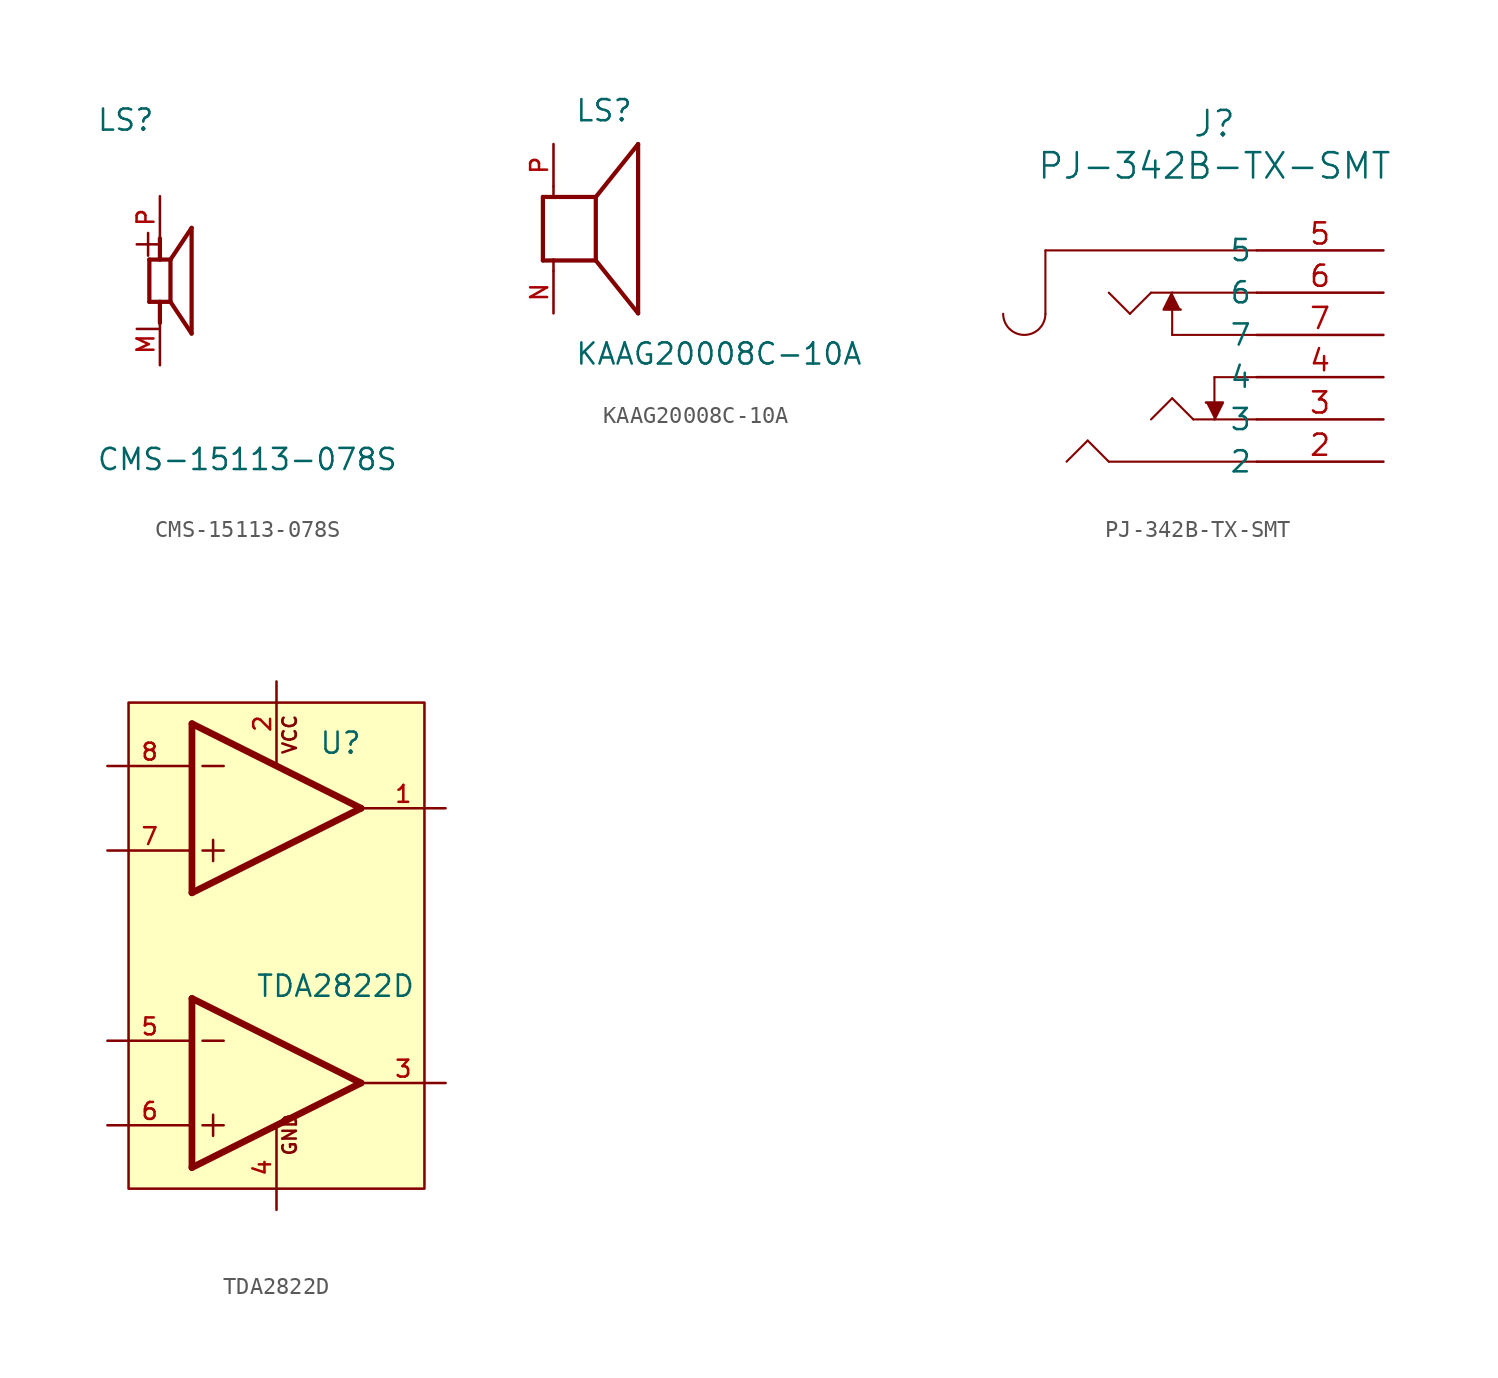
<source format=kicad_sym>
(kicad_symbol_lib
  (version 20220914)
  (generator kicad_symbol_editor)
  (symbol "CMS-15113-078S"
    (pin_names
      (offset 1.016))
    (property "Reference" "LS"
      (at -3.822 8.919 0)
      (effects (font (size 1.27 1.27)) (justify left bottom)))
    (property "Value" "CMS-15113-078S"
      (at -3.827 -11.481 0)
      (effects (font (size 1.27 1.27)) (justify left bottom)))
    (symbol "CMS-15113-078S_0_0"
      (polyline (pts (xy -0.635 -1.27) (xy -0.635 1.27)) (stroke (width 0.254) (type default)) (fill (type none)))
      (polyline (pts (xy -0.635 1.27) (xy 0 1.27)) (stroke (width 0.254) (type default)) (fill (type none)))
      (polyline (pts (xy 0 -1.27) (xy -0.635 -1.27)) (stroke (width 0.254) (type default)) (fill (type none)))
      (polyline (pts (xy 0 -1.27) (xy 0 -2.54)) (stroke (width 0.254) (type default)) (fill (type none)))
      (polyline (pts (xy 0 1.27) (xy 0 2.54)) (stroke (width 0.254) (type default)) (fill (type none)))
      (polyline (pts (xy 0 1.27) (xy 0.635 1.27)) (stroke (width 0.254) (type default)) (fill (type none)))
      (polyline (pts (xy 0.635 -1.27) (xy 0 -1.27)) (stroke (width 0.254) (type default)) (fill (type none)))
      (polyline (pts (xy 0.635 1.27) (xy 0.635 -1.27)) (stroke (width 0.254) (type default)) (fill (type none)))
      (polyline (pts (xy 0.635 1.27) (xy 1.905 3.175)) (stroke (width 0.254) (type default)) (fill (type none)))
      (polyline (pts (xy 1.905 -3.175) (xy 0.635 -1.27)) (stroke (width 0.254) (type default)) (fill (type none)))
      (polyline (pts (xy 1.905 3.175) (xy 1.905 -3.175)) (stroke (width 0.254) (type default)) (fill (type none)))
      (text "+" (at -1.918 1.278 0) (effects (font (size 1.79 1.79)) (justify left bottom)))
      (text "-" (at -1.914 -3.804 0) (effects (font (size 1.787 1.787)) (justify left bottom)))
      (pin passive line (at 0 -5.08 90) (length 2.54) (name "~" (effects (font (size 1.016 1.016)))) (number "M" (effects (font (size 1.016 1.016)))))
      (pin passive line (at 0 5.08 270) (length 2.54) (name "~" (effects (font (size 1.016 1.016)))) (number "P" (effects (font (size 1.016 1.016)))))))
  (symbol "KAAG20008C-10A"
    (pin_names
      (offset 1.016))
    (property "Reference" "LS"
      (at -1.27 6.35 0)
      (effects (font (size 1.27 1.27)) (justify left bottom)))
    (property "Value" "KAAG20008C-10A"
      (at -1.27 -8.255 0)
      (effects (font (size 1.27 1.27)) (justify left bottom)))
    (symbol "KAAG20008C-10A_0_0"
      (polyline (pts (xy -3.175 -1.905) (xy -2.54 -1.905)) (stroke (width 0.254) (type default)) (fill (type none)))
      (polyline (pts (xy -3.175 1.905) (xy -3.175 -1.905)) (stroke (width 0.254) (type default)) (fill (type none)))
      (polyline (pts (xy -3.175 1.905) (xy -2.54 1.905)) (stroke (width 0.254) (type default)) (fill (type none)))
      (polyline (pts (xy -2.54 -2.54) (xy -2.54 -1.905)) (stroke (width 0.152) (type default)) (fill (type none)))
      (polyline (pts (xy -2.54 -1.905) (xy 0 -1.905)) (stroke (width 0.254) (type default)) (fill (type none)))
      (polyline (pts (xy -2.54 1.905) (xy 0 1.905)) (stroke (width 0.254) (type default)) (fill (type none)))
      (polyline (pts (xy -2.54 2.54) (xy -2.54 1.905)) (stroke (width 0.152) (type default)) (fill (type none)))
      (polyline (pts (xy 0 -1.905) (xy 0 1.905)) (stroke (width 0.254) (type default)) (fill (type none)))
      (polyline (pts (xy 0 -1.905) (xy 2.54 -5.08)) (stroke (width 0.254) (type default)) (fill (type none)))
      (polyline (pts (xy 0 1.905) (xy 2.54 5.08)) (stroke (width 0.254) (type default)) (fill (type none)))
      (polyline (pts (xy 2.54 -5.08) (xy 2.54 5.08)) (stroke (width 0.254) (type default)) (fill (type none)))
      (pin passive line (at -2.54 -5.08 90) (length 2.54) (name "~" (effects (font (size 1.016 1.016)))) (number "N" (effects (font (size 1.016 1.016)))))
      (pin passive line (at -2.54 5.08 270) (length 2.54) (name "~" (effects (font (size 1.016 1.016)))) (number "P" (effects (font (size 1.016 1.016)))))))
  (symbol "PJ-342B-TX-SMT"
    (pin_names
      (offset 0.254))
    (property "Reference" "J"
      (at -10.16 7.62 0)
      (effects (font (size 1.524 1.524))))
    (property "Value" "PJ-342B-TX-SMT"
      (at -10.16 5.08 0)
      (effects (font (size 1.524 1.524))))
    (property "ki_locked" ""
      (at 0 0 0)
      (effects (font (size 1.27 1.27))))
    (symbol "PJ-342B-TX-SMT_0_1"
      (arc (start -22.86 -3.81) (mid -21.59 -5.0745) (end -20.32 -3.81) (stroke (width 0.127) (type default)) (fill (type none)))
      (polyline (pts (xy -20.32 0) (xy -20.32 -3.81)) (stroke (width 0.127) (type default)) (fill (type none)))
      (polyline (pts (xy -17.78 -11.43) (xy -19.05 -12.7)) (stroke (width 0.127) (type default)) (fill (type none)))
      (polyline (pts (xy -16.51 -12.7) (xy -17.78 -11.43)) (stroke (width 0.127) (type default)) (fill (type none)))
      (polyline (pts (xy -15.24 -3.81) (xy -16.51 -2.54)) (stroke (width 0.127) (type default)) (fill (type none)))
      (polyline (pts (xy -13.97 -2.54) (xy -15.24 -3.81)) (stroke (width 0.127) (type default)) (fill (type none)))
      (polyline (pts (xy -12.7 -8.89) (xy -13.97 -10.16)) (stroke (width 0.127) (type default)) (fill (type none)))
      (polyline (pts (xy -12.7 -5.08) (xy -7.62 -5.08)) (stroke (width 0.127) (type default)) (fill (type none)))
      (polyline (pts (xy -12.7 -3.556) (xy -12.7 -5.08)) (stroke (width 0.127) (type default)) (fill (type none)))
      (polyline (pts (xy -11.43 -10.16) (xy -12.7 -8.89)) (stroke (width 0.127) (type default)) (fill (type none)))
      (polyline (pts (xy -10.16 -9.144) (xy -10.16 -7.62)) (stroke (width 0.127) (type default)) (fill (type none)))
      (polyline (pts (xy -10.16 -7.62) (xy -7.62 -7.62)) (stroke (width 0.127) (type default)) (fill (type none)))
      (polyline (pts (xy -7.62 -12.7) (xy -16.51 -12.7)) (stroke (width 0.127) (type default)) (fill (type none)))
      (polyline (pts (xy -7.62 -10.16) (xy -11.43 -10.16)) (stroke (width 0.127) (type default)) (fill (type none)))
      (polyline (pts (xy -7.62 -2.54) (xy -13.97 -2.54)) (stroke (width 0.127) (type default)) (fill (type none)))
      (polyline (pts (xy -7.62 0) (xy -20.32 0)) (stroke (width 0.127) (type default)) (fill (type none)))
      (polyline (pts (xy -12.7 -2.54) (xy -13.208 -3.556) (xy -12.192 -3.556)) (stroke (width 0) (type default)) (fill (type outline)))
      (polyline (pts (xy -10.16 -10.16) (xy -9.652 -9.144) (xy -10.668 -9.144)) (stroke (width 0) (type default)) (fill (type outline)))
      (pin unspecified line (at 0 -12.7 180) (length 7.62) (name "2" (effects (font (size 1.27 1.27)))) (number "2" (effects (font (size 1.27 1.27)))))
      (pin unspecified line (at 0 -10.16 180) (length 7.62) (name "3" (effects (font (size 1.27 1.27)))) (number "3" (effects (font (size 1.27 1.27)))))
      (pin unspecified line (at 0 -7.62 180) (length 7.62) (name "4" (effects (font (size 1.27 1.27)))) (number "4" (effects (font (size 1.27 1.27)))))
      (pin unspecified line (at 0 0 180) (length 7.62) (name "5" (effects (font (size 1.27 1.27)))) (number "5" (effects (font (size 1.27 1.27)))))
      (pin unspecified line (at 0 -2.54 180) (length 7.62) (name "6" (effects (font (size 1.27 1.27)))) (number "6" (effects (font (size 1.27 1.27)))))
      (pin unspecified line (at 0 -5.08 180) (length 7.62) (name "7" (effects (font (size 1.27 1.27)))) (number "7" (effects (font (size 1.27 1.27)))))))
  (symbol "TDA2822D"
    (pin_names
      (offset 1.016))
    (property "Reference" "U"
      (at 5.08 3.175 0)
      (effects (font (size 1.27 1.27)) (justify left bottom)))
    (property "Value" "TDA2822D"
      (at 1.27 -11.43 0)
      (effects (font (size 1.27 1.27)) (justify left bottom)))
    (symbol "TDA2822D_1_0"
      (polyline (pts (xy -2.54 -21.59) (xy 7.62 -16.51)) (stroke (width 0.406) (type default)) (fill (type none)))
      (polyline (pts (xy -2.54 -11.43) (xy -2.54 -21.59)) (stroke (width 0.406) (type default)) (fill (type none)))
      (polyline (pts (xy -2.54 -5.08) (xy 7.62 0)) (stroke (width 0.406) (type default)) (fill (type none)))
      (polyline (pts (xy -2.54 5.08) (xy -2.54 -5.08)) (stroke (width 0.406) (type default)) (fill (type none)))
      (polyline (pts (xy -1.905 -19.05) (xy -0.635 -19.05)) (stroke (width 0.152) (type default)) (fill (type none)))
      (polyline (pts (xy -1.905 -13.97) (xy -0.635 -13.97)) (stroke (width 0.152) (type default)) (fill (type none)))
      (polyline (pts (xy -1.905 -2.54) (xy -0.635 -2.54)) (stroke (width 0.152) (type default)) (fill (type none)))
      (polyline (pts (xy -1.905 2.54) (xy -0.635 2.54)) (stroke (width 0.152) (type default)) (fill (type none)))
      (polyline (pts (xy -1.27 -18.415) (xy -1.27 -19.685)) (stroke (width 0.152) (type default)) (fill (type none)))
      (polyline (pts (xy -1.27 -1.905) (xy -1.27 -3.175)) (stroke (width 0.152) (type default)) (fill (type none)))
      (polyline (pts (xy 7.62 -16.51) (xy -2.54 -11.43)) (stroke (width 0.406) (type default)) (fill (type none)))
      (polyline (pts (xy 7.62 0) (xy -2.54 5.08)) (stroke (width 0.406) (type default)) (fill (type none)))
      (text "GND" (at 3.81 -20.955 900) (effects (font (size 0.813 0.813)) (justify left bottom)))
      (text "VCC" (at 3.81 3.175 900) (effects (font (size 0.813 0.813)) (justify left bottom)))
      (pin output line (at 12.7 0 180) (length 5.08) (name "~" (effects (font (size 1.016 1.016)))) (number "1" (effects (font (size 1.016 1.016)))))
      (pin power_in line (at 2.54 7.62 270) (length 5.08) (name "~" (effects (font (size 1.016 1.016)))) (number "2" (effects (font (size 1.016 1.016)))))
      (pin output line (at 12.7 -16.51 180) (length 5.08) (name "~" (effects (font (size 1.016 1.016)))) (number "3" (effects (font (size 1.016 1.016)))))
      (pin power_in line (at 2.54 -24.13 90) (length 5.08) (name "~" (effects (font (size 1.016 1.016)))) (number "4" (effects (font (size 1.016 1.016)))))
      (pin input line (at -7.62 -13.97 0) (length 5.08) (name "~" (effects (font (size 1.016 1.016)))) (number "5" (effects (font (size 1.016 1.016)))))
      (pin input line (at -7.62 -19.05 0) (length 5.08) (name "~" (effects (font (size 1.016 1.016)))) (number "6" (effects (font (size 1.016 1.016)))))
      (pin input line (at -7.62 -2.54 0) (length 5.08) (name "~" (effects (font (size 1.016 1.016)))) (number "7" (effects (font (size 1.016 1.016)))))
      (pin input line (at -7.62 2.54 0) (length 5.08) (name "~" (effects (font (size 1.016 1.016)))) (number "8" (effects (font (size 1.016 1.016))))))
    (symbol "TDA2822D_1_1"
      (rectangle (start -6.35 6.35) (end 11.43 -22.86) (stroke (width 0) (type default)) (fill (type background))))))
</source>
